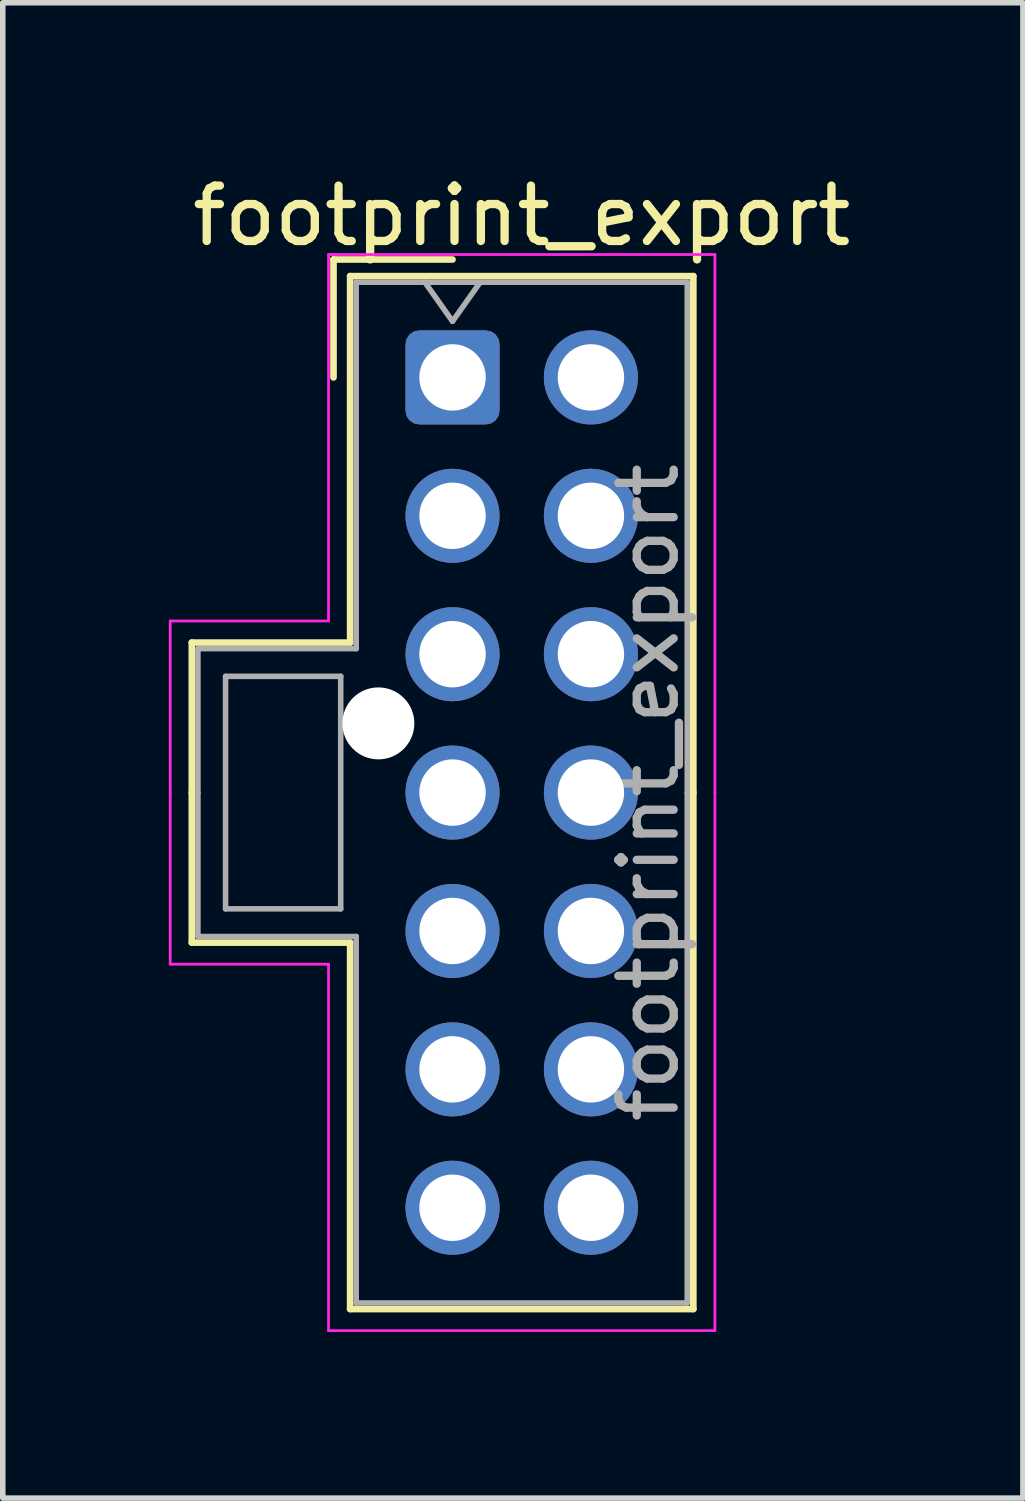
<source format=kicad_pcb>
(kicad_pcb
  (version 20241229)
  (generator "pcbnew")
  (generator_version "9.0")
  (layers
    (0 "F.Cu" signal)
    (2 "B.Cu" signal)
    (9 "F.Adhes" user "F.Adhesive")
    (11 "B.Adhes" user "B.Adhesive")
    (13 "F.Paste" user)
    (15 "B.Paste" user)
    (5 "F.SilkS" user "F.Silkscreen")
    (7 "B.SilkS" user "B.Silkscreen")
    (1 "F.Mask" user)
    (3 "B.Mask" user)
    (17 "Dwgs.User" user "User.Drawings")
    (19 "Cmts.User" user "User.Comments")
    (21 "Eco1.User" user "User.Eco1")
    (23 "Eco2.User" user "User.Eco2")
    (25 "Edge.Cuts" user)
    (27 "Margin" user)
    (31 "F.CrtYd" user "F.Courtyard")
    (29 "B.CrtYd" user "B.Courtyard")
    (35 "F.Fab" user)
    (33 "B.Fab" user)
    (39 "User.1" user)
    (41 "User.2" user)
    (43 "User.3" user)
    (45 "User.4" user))
  (footprint "footprint_export"
    (layer "F.Cu")
    (at 5.125 3.768)
    (property "Reference" "footprint_export" (at 1.25 -2.92 0) (layer "F.SilkS") (effects (font (size 1 1) (thickness 0.15))))
    (attr through_hole)
    (fp_line (start -4.71 4.79) (end -4.71 7.5) (stroke (width 0.12) (type solid)) (layer "F.SilkS"))
    (fp_line (start -4.71 10.21) (end -4.71 7.5) (stroke (width 0.12) (type solid)) (layer "F.SilkS"))
    (fp_line (start -2.15 -2.13) (end -2.15 0) (stroke (width 0.12) (type solid)) (layer "F.SilkS"))
    (fp_line (start -1.85 -1.83) (end -1.85 4.79) (stroke (width 0.12) (type solid)) (layer "F.SilkS"))
    (fp_line (start -1.85 4.79) (end -4.71 4.79) (stroke (width 0.12) (type solid)) (layer "F.SilkS"))
    (fp_line (start -1.85 10.21) (end -4.71 10.21) (stroke (width 0.12) (type solid)) (layer "F.SilkS"))
    (fp_line (start -1.85 16.83) (end -1.85 10.21) (stroke (width 0.12) (type solid)) (layer "F.SilkS"))
    (fp_line (start 0 -2.13) (end -2.15 -2.13) (stroke (width 0.12) (type solid)) (layer "F.SilkS"))
    (fp_line (start 4.35 -1.83) (end -1.85 -1.83) (stroke (width 0.12) (type solid)) (layer "F.SilkS"))
    (fp_line (start 4.35 7.5) (end 4.35 -1.83) (stroke (width 0.12) (type solid)) (layer "F.SilkS"))
    (fp_line (start 4.35 7.5) (end 4.35 16.83) (stroke (width 0.12) (type solid)) (layer "F.SilkS"))
    (fp_line (start 4.35 16.83) (end -1.85 16.83) (stroke (width 0.12) (type solid)) (layer "F.SilkS"))
    (fp_line (start -5.1 4.4) (end -5.1 7.5) (stroke (width 0.05) (type solid)) (layer "F.CrtYd"))
    (fp_line (start -5.1 10.6) (end -5.1 7.5) (stroke (width 0.05) (type solid)) (layer "F.CrtYd"))
    (fp_line (start -2.24 -2.22) (end -2.24 4.4) (stroke (width 0.05) (type solid)) (layer "F.CrtYd"))
    (fp_line (start -2.24 4.4) (end -5.1 4.4) (stroke (width 0.05) (type solid)) (layer "F.CrtYd"))
    (fp_line (start -2.24 10.6) (end -5.1 10.6) (stroke (width 0.05) (type solid)) (layer "F.CrtYd"))
    (fp_line (start -2.24 17.22) (end -2.24 10.6) (stroke (width 0.05) (type solid)) (layer "F.CrtYd"))
    (fp_line (start 4.74 -2.22) (end -2.24 -2.22) (stroke (width 0.05) (type solid)) (layer "F.CrtYd"))
    (fp_line (start 4.74 7.5) (end 4.74 -2.22) (stroke (width 0.05) (type solid)) (layer "F.CrtYd"))
    (fp_line (start 4.74 7.5) (end 4.74 17.22) (stroke (width 0.05) (type solid)) (layer "F.CrtYd"))
    (fp_line (start 4.74 17.22) (end -2.24 17.22) (stroke (width 0.05) (type solid)) (layer "F.CrtYd"))
    (fp_line (start -4.6 4.9) (end -4.6 7.5) (stroke (width 0.1) (type solid)) (layer "F.Fab"))
    (fp_line (start -4.6 10.1) (end -4.6 7.5) (stroke (width 0.1) (type solid)) (layer "F.Fab"))
    (fp_line (start -4.1 5.4) (end -4.1 9.6) (stroke (width 0.1) (type solid)) (layer "F.Fab"))
    (fp_line (start -4.1 9.6) (end -2.02 9.6) (stroke (width 0.1) (type solid)) (layer "F.Fab"))
    (fp_line (start -2.02 5.4) (end -4.1 5.4) (stroke (width 0.1) (type solid)) (layer "F.Fab"))
    (fp_line (start -2.02 9.6) (end -2.02 5.4) (stroke (width 0.1) (type solid)) (layer "F.Fab"))
    (fp_line (start -1.74 -1.72) (end -1.74 4.9) (stroke (width 0.1) (type solid)) (layer "F.Fab"))
    (fp_line (start -1.74 4.9) (end -4.6 4.9) (stroke (width 0.1) (type solid)) (layer "F.Fab"))
    (fp_line (start -1.74 10.1) (end -4.6 10.1) (stroke (width 0.1) (type solid)) (layer "F.Fab"))
    (fp_line (start -1.74 16.72) (end -1.74 10.1) (stroke (width 0.1) (type solid)) (layer "F.Fab"))
    (fp_line (start -0.5 -1.72) (end 0 -1.013) (stroke (width 0.1) (type solid)) (layer "F.Fab"))
    (fp_line (start 0 -1.013) (end 0.5 -1.72) (stroke (width 0.1) (type solid)) (layer "F.Fab"))
    (fp_line (start 4.24 -1.72) (end -1.74 -1.72) (stroke (width 0.1) (type solid)) (layer "F.Fab"))
    (fp_line (start 4.24 7.5) (end 4.24 -1.72) (stroke (width 0.1) (type solid)) (layer "F.Fab"))
    (fp_line (start 4.24 7.5) (end 4.24 16.72) (stroke (width 0.1) (type solid)) (layer "F.Fab"))
    (fp_line (start 4.24 16.72) (end -1.74 16.72) (stroke (width 0.1) (type solid)) (layer "F.Fab"))
    (fp_text user "${REFERENCE}" (at 3.54 7.5 90) (layer "F.Fab") (effects (font (size 1 1) (thickness 0.15))))
    (pad "" np_thru_hole circle (at -1.34 6.25) (size 1.3 1.3) (drill 1.3) (layers "*.Cu" "*.Mask"))
    (pad "1" thru_hole roundrect (at 0 0) (size 1.7 1.7) (drill 1.2) (layers "*.Cu" "*.Mask") (roundrect_rratio 0.147))
    (pad "2" thru_hole circle (at 0 2.5) (size 1.7 1.7) (drill 1.2) (layers "*.Cu" "*.Mask"))
    (pad "3" thru_hole circle (at 0 5) (size 1.7 1.7) (drill 1.2) (layers "*.Cu" "*.Mask"))
    (pad "4" thru_hole circle (at 0 7.5) (size 1.7 1.7) (drill 1.2) (layers "*.Cu" "*.Mask"))
    (pad "5" thru_hole circle (at 0 10) (size 1.7 1.7) (drill 1.2) (layers "*.Cu" "*.Mask"))
    (pad "6" thru_hole circle (at 0 12.5) (size 1.7 1.7) (drill 1.2) (layers "*.Cu" "*.Mask"))
    (pad "7" thru_hole circle (at 0 15) (size 1.7 1.7) (drill 1.2) (layers "*.Cu" "*.Mask"))
    (pad "8" thru_hole circle (at 2.5 0) (size 1.7 1.7) (drill 1.2) (layers "*.Cu" "*.Mask"))
    (pad "9" thru_hole circle (at 2.5 2.5) (size 1.7 1.7) (drill 1.2) (layers "*.Cu" "*.Mask"))
    (pad "10" thru_hole circle (at 2.5 5) (size 1.7 1.7) (drill 1.2) (layers "*.Cu" "*.Mask"))
    (pad "11" thru_hole circle (at 2.5 7.5) (size 1.7 1.7) (drill 1.2) (layers "*.Cu" "*.Mask"))
    (pad "12" thru_hole circle (at 2.5 10) (size 1.7 1.7) (drill 1.2) (layers "*.Cu" "*.Mask"))
    (pad "13" thru_hole circle (at 2.5 12.5) (size 1.7 1.7) (drill 1.2) (layers "*.Cu" "*.Mask"))
    (pad "14" thru_hole circle (at 2.5 15) (size 1.7 1.7) (drill 1.2) (layers "*.Cu" "*.Mask")))
  (gr_rect
    (start -3 -3)
    (end 15.429 24.013)
    (stroke (width 0.1) (type default))
    (fill no)
    (layer "Edge.Cuts")))
</source>
